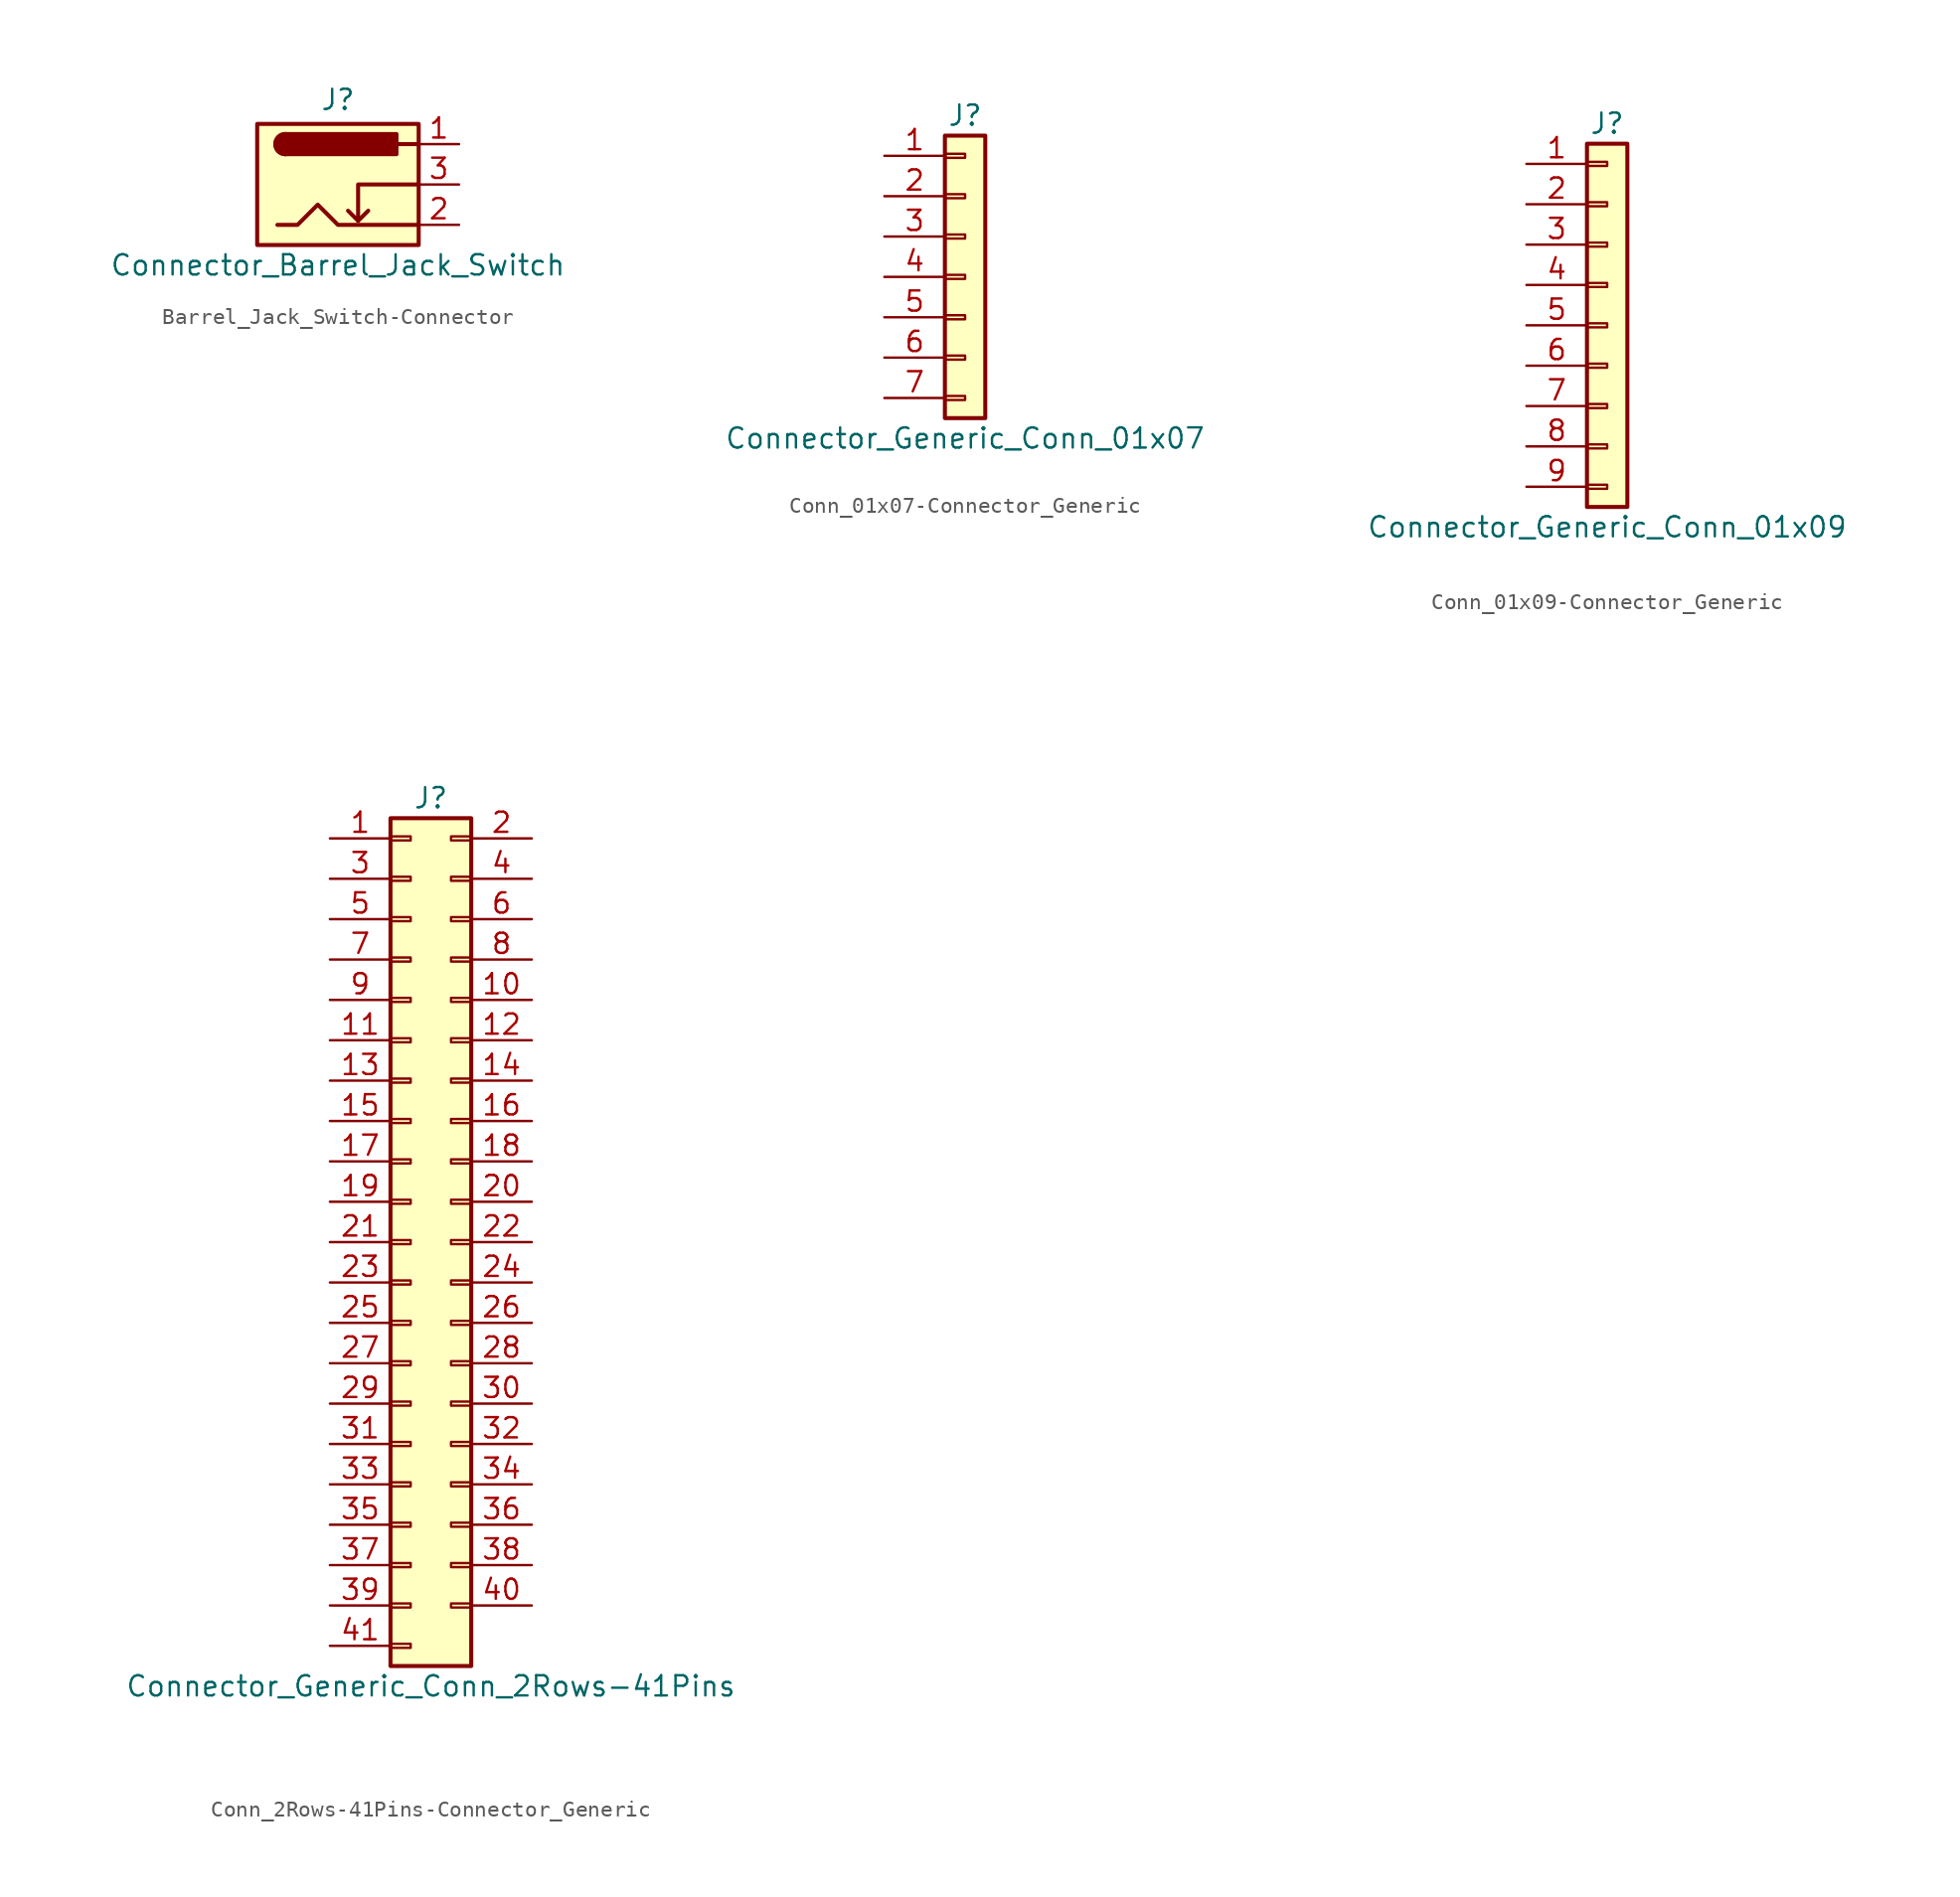
<source format=kicad_sym>
(kicad_symbol_lib
  (version 20220914)
  (generator kicad_symbol_editor)
  (symbol "Barrel_Jack_Switch-Connector"
    (pin_names hide)
    (property "Reference" "J"
      (at 0 5.334 0)
      (effects (font (size 1.27 1.27))))
    (property "Value" "Connector_Barrel_Jack_Switch"
      (at 0 -5.08 0)
      (effects (font (size 1.27 1.27))))
    (symbol "Barrel_Jack_Switch-Connector_0_1"
      (rectangle (start -5.08 3.81) (end 5.08 -3.81) (stroke (width 0.254) (type solid)) (fill (type background)))
      (arc (start -3.302 3.175) (mid -3.9343 2.54) (end -3.302 1.905) (stroke (width 0.254) (type solid)) (fill (type none)))
      (arc (start -3.302 3.175) (mid -3.9343 2.54) (end -3.302 1.905) (stroke (width 0.254) (type solid)) (fill (type outline)))
      (polyline (pts (xy 1.27 -2.286) (xy 1.905 -1.651)) (stroke (width 0.254) (type solid)) (fill (type none)))
      (polyline (pts (xy 5.08 2.54) (xy 3.81 2.54)) (stroke (width 0.254) (type solid)) (fill (type none)))
      (polyline (pts (xy 5.08 0) (xy 1.27 0) (xy 1.27 -2.286) (xy 0.635 -1.651)) (stroke (width 0.254) (type solid)) (fill (type none)))
      (polyline (pts (xy -3.81 -2.54) (xy -2.54 -2.54) (xy -1.27 -1.27) (xy 0 -2.54) (xy 2.54 -2.54) (xy 5.08 -2.54)) (stroke (width 0.254) (type solid)) (fill (type none)))
      (rectangle (start 3.683 3.175) (end -3.302 1.905) (stroke (width 0.254) (type solid)) (fill (type outline))))
    (symbol "Barrel_Jack_Switch-Connector_1_1"
      (pin passive line (at 7.62 2.54 180) (length 2.54) (name "~" (effects (font (size 1.27 1.27)))) (number "1" (effects (font (size 1.27 1.27)))))
      (pin passive line (at 7.62 -2.54 180) (length 2.54) (name "~" (effects (font (size 1.27 1.27)))) (number "2" (effects (font (size 1.27 1.27)))))
      (pin passive line (at 7.62 0 180) (length 2.54) (name "~" (effects (font (size 1.27 1.27)))) (number "3" (effects (font (size 1.27 1.27)))))))
  (symbol "Conn_01x07-Connector_Generic"
    (pin_names
      (offset 1.016) hide)
    (property "Reference" "J"
      (at 0 10.16 0)
      (effects (font (size 1.27 1.27))))
    (property "Value" "Connector_Generic_Conn_01x07"
      (at 0 -10.16 0)
      (effects (font (size 1.27 1.27))))
    (symbol "Conn_01x07-Connector_Generic_1_1"
      (rectangle (start -1.27 -7.493) (end 0 -7.747) (stroke (width 0.152) (type solid)) (fill (type none)))
      (rectangle (start -1.27 -4.953) (end 0 -5.207) (stroke (width 0.152) (type solid)) (fill (type none)))
      (rectangle (start -1.27 -2.413) (end 0 -2.667) (stroke (width 0.152) (type solid)) (fill (type none)))
      (rectangle (start -1.27 0.127) (end 0 -0.127) (stroke (width 0.152) (type solid)) (fill (type none)))
      (rectangle (start -1.27 2.667) (end 0 2.413) (stroke (width 0.152) (type solid)) (fill (type none)))
      (rectangle (start -1.27 5.207) (end 0 4.953) (stroke (width 0.152) (type solid)) (fill (type none)))
      (rectangle (start -1.27 7.747) (end 0 7.493) (stroke (width 0.152) (type solid)) (fill (type none)))
      (rectangle (start -1.27 8.89) (end 1.27 -8.89) (stroke (width 0.254) (type solid)) (fill (type background)))
      (pin passive line (at -5.08 7.62 0) (length 3.81) (name "Pin_1" (effects (font (size 1.27 1.27)))) (number "1" (effects (font (size 1.27 1.27)))))
      (pin passive line (at -5.08 5.08 0) (length 3.81) (name "Pin_2" (effects (font (size 1.27 1.27)))) (number "2" (effects (font (size 1.27 1.27)))))
      (pin passive line (at -5.08 2.54 0) (length 3.81) (name "Pin_3" (effects (font (size 1.27 1.27)))) (number "3" (effects (font (size 1.27 1.27)))))
      (pin passive line (at -5.08 0 0) (length 3.81) (name "Pin_4" (effects (font (size 1.27 1.27)))) (number "4" (effects (font (size 1.27 1.27)))))
      (pin passive line (at -5.08 -2.54 0) (length 3.81) (name "Pin_5" (effects (font (size 1.27 1.27)))) (number "5" (effects (font (size 1.27 1.27)))))
      (pin passive line (at -5.08 -5.08 0) (length 3.81) (name "Pin_6" (effects (font (size 1.27 1.27)))) (number "6" (effects (font (size 1.27 1.27)))))
      (pin passive line (at -5.08 -7.62 0) (length 3.81) (name "Pin_7" (effects (font (size 1.27 1.27)))) (number "7" (effects (font (size 1.27 1.27)))))))
  (symbol "Conn_01x09-Connector_Generic"
    (pin_names
      (offset 1.016) hide)
    (property "Reference" "J"
      (at 0 12.7 0)
      (effects (font (size 1.27 1.27))))
    (property "Value" "Connector_Generic_Conn_01x09"
      (at 0 -12.7 0)
      (effects (font (size 1.27 1.27))))
    (symbol "Conn_01x09-Connector_Generic_1_1"
      (rectangle (start -1.27 -10.033) (end 0 -10.287) (stroke (width 0.152) (type solid)) (fill (type none)))
      (rectangle (start -1.27 -7.493) (end 0 -7.747) (stroke (width 0.152) (type solid)) (fill (type none)))
      (rectangle (start -1.27 -4.953) (end 0 -5.207) (stroke (width 0.152) (type solid)) (fill (type none)))
      (rectangle (start -1.27 -2.413) (end 0 -2.667) (stroke (width 0.152) (type solid)) (fill (type none)))
      (rectangle (start -1.27 0.127) (end 0 -0.127) (stroke (width 0.152) (type solid)) (fill (type none)))
      (rectangle (start -1.27 2.667) (end 0 2.413) (stroke (width 0.152) (type solid)) (fill (type none)))
      (rectangle (start -1.27 5.207) (end 0 4.953) (stroke (width 0.152) (type solid)) (fill (type none)))
      (rectangle (start -1.27 7.747) (end 0 7.493) (stroke (width 0.152) (type solid)) (fill (type none)))
      (rectangle (start -1.27 10.287) (end 0 10.033) (stroke (width 0.152) (type solid)) (fill (type none)))
      (rectangle (start -1.27 11.43) (end 1.27 -11.43) (stroke (width 0.254) (type solid)) (fill (type background)))
      (pin passive line (at -5.08 10.16 0) (length 3.81) (name "Pin_1" (effects (font (size 1.27 1.27)))) (number "1" (effects (font (size 1.27 1.27)))))
      (pin passive line (at -5.08 7.62 0) (length 3.81) (name "Pin_2" (effects (font (size 1.27 1.27)))) (number "2" (effects (font (size 1.27 1.27)))))
      (pin passive line (at -5.08 5.08 0) (length 3.81) (name "Pin_3" (effects (font (size 1.27 1.27)))) (number "3" (effects (font (size 1.27 1.27)))))
      (pin passive line (at -5.08 2.54 0) (length 3.81) (name "Pin_4" (effects (font (size 1.27 1.27)))) (number "4" (effects (font (size 1.27 1.27)))))
      (pin passive line (at -5.08 0 0) (length 3.81) (name "Pin_5" (effects (font (size 1.27 1.27)))) (number "5" (effects (font (size 1.27 1.27)))))
      (pin passive line (at -5.08 -2.54 0) (length 3.81) (name "Pin_6" (effects (font (size 1.27 1.27)))) (number "6" (effects (font (size 1.27 1.27)))))
      (pin passive line (at -5.08 -5.08 0) (length 3.81) (name "Pin_7" (effects (font (size 1.27 1.27)))) (number "7" (effects (font (size 1.27 1.27)))))
      (pin passive line (at -5.08 -7.62 0) (length 3.81) (name "Pin_8" (effects (font (size 1.27 1.27)))) (number "8" (effects (font (size 1.27 1.27)))))
      (pin passive line (at -5.08 -10.16 0) (length 3.81) (name "Pin_9" (effects (font (size 1.27 1.27)))) (number "9" (effects (font (size 1.27 1.27)))))))
  (symbol "Conn_2Rows-41Pins-Connector_Generic"
    (pin_names
      (offset 1.016) hide)
    (property "Reference" "J"
      (at 1.27 27.94 0)
      (effects (font (size 1.27 1.27))))
    (property "Value" "Connector_Generic_Conn_2Rows-41Pins"
      (at 1.27 -27.94 0)
      (effects (font (size 1.27 1.27))))
    (symbol "Conn_2Rows-41Pins-Connector_Generic_1_1"
      (rectangle (start -1.27 -25.273) (end 0 -25.527) (stroke (width 0.152) (type solid)) (fill (type none)))
      (rectangle (start -1.27 -22.733) (end 0 -22.987) (stroke (width 0.152) (type solid)) (fill (type none)))
      (rectangle (start -1.27 -20.193) (end 0 -20.447) (stroke (width 0.152) (type solid)) (fill (type none)))
      (rectangle (start -1.27 -17.653) (end 0 -17.907) (stroke (width 0.152) (type solid)) (fill (type none)))
      (rectangle (start -1.27 -15.113) (end 0 -15.367) (stroke (width 0.152) (type solid)) (fill (type none)))
      (rectangle (start -1.27 -12.573) (end 0 -12.827) (stroke (width 0.152) (type solid)) (fill (type none)))
      (rectangle (start -1.27 -10.033) (end 0 -10.287) (stroke (width 0.152) (type solid)) (fill (type none)))
      (rectangle (start -1.27 -7.493) (end 0 -7.747) (stroke (width 0.152) (type solid)) (fill (type none)))
      (rectangle (start -1.27 -4.953) (end 0 -5.207) (stroke (width 0.152) (type solid)) (fill (type none)))
      (rectangle (start -1.27 -2.413) (end 0 -2.667) (stroke (width 0.152) (type solid)) (fill (type none)))
      (rectangle (start -1.27 0.127) (end 0 -0.127) (stroke (width 0.152) (type solid)) (fill (type none)))
      (rectangle (start -1.27 2.667) (end 0 2.413) (stroke (width 0.152) (type solid)) (fill (type none)))
      (rectangle (start -1.27 5.207) (end 0 4.953) (stroke (width 0.152) (type solid)) (fill (type none)))
      (rectangle (start -1.27 7.747) (end 0 7.493) (stroke (width 0.152) (type solid)) (fill (type none)))
      (rectangle (start -1.27 10.287) (end 0 10.033) (stroke (width 0.152) (type solid)) (fill (type none)))
      (rectangle (start -1.27 12.827) (end 0 12.573) (stroke (width 0.152) (type solid)) (fill (type none)))
      (rectangle (start -1.27 15.367) (end 0 15.113) (stroke (width 0.152) (type solid)) (fill (type none)))
      (rectangle (start -1.27 17.907) (end 0 17.653) (stroke (width 0.152) (type solid)) (fill (type none)))
      (rectangle (start -1.27 20.447) (end 0 20.193) (stroke (width 0.152) (type solid)) (fill (type none)))
      (rectangle (start -1.27 22.987) (end 0 22.733) (stroke (width 0.152) (type solid)) (fill (type none)))
      (rectangle (start -1.27 25.527) (end 0 25.273) (stroke (width 0.152) (type solid)) (fill (type none)))
      (rectangle (start -1.27 26.67) (end 3.81 -26.67) (stroke (width 0.254) (type solid)) (fill (type background)))
      (rectangle (start 3.81 -22.733) (end 2.54 -22.987) (stroke (width 0.152) (type solid)) (fill (type none)))
      (rectangle (start 3.81 -20.193) (end 2.54 -20.447) (stroke (width 0.152) (type solid)) (fill (type none)))
      (rectangle (start 3.81 -17.653) (end 2.54 -17.907) (stroke (width 0.152) (type solid)) (fill (type none)))
      (rectangle (start 3.81 -15.113) (end 2.54 -15.367) (stroke (width 0.152) (type solid)) (fill (type none)))
      (rectangle (start 3.81 -12.573) (end 2.54 -12.827) (stroke (width 0.152) (type solid)) (fill (type none)))
      (rectangle (start 3.81 -10.033) (end 2.54 -10.287) (stroke (width 0.152) (type solid)) (fill (type none)))
      (rectangle (start 3.81 -7.493) (end 2.54 -7.747) (stroke (width 0.152) (type solid)) (fill (type none)))
      (rectangle (start 3.81 -4.953) (end 2.54 -5.207) (stroke (width 0.152) (type solid)) (fill (type none)))
      (rectangle (start 3.81 -2.413) (end 2.54 -2.667) (stroke (width 0.152) (type solid)) (fill (type none)))
      (rectangle (start 3.81 0.127) (end 2.54 -0.127) (stroke (width 0.152) (type solid)) (fill (type none)))
      (rectangle (start 3.81 2.667) (end 2.54 2.413) (stroke (width 0.152) (type solid)) (fill (type none)))
      (rectangle (start 3.81 5.207) (end 2.54 4.953) (stroke (width 0.152) (type solid)) (fill (type none)))
      (rectangle (start 3.81 7.747) (end 2.54 7.493) (stroke (width 0.152) (type solid)) (fill (type none)))
      (rectangle (start 3.81 10.287) (end 2.54 10.033) (stroke (width 0.152) (type solid)) (fill (type none)))
      (rectangle (start 3.81 12.827) (end 2.54 12.573) (stroke (width 0.152) (type solid)) (fill (type none)))
      (rectangle (start 3.81 15.367) (end 2.54 15.113) (stroke (width 0.152) (type solid)) (fill (type none)))
      (rectangle (start 3.81 17.907) (end 2.54 17.653) (stroke (width 0.152) (type solid)) (fill (type none)))
      (rectangle (start 3.81 20.447) (end 2.54 20.193) (stroke (width 0.152) (type solid)) (fill (type none)))
      (rectangle (start 3.81 22.987) (end 2.54 22.733) (stroke (width 0.152) (type solid)) (fill (type none)))
      (rectangle (start 3.81 25.527) (end 2.54 25.273) (stroke (width 0.152) (type solid)) (fill (type none)))
      (pin passive line (at -5.08 25.4 0) (length 3.81) (name "Pin_1" (effects (font (size 1.27 1.27)))) (number "1" (effects (font (size 1.27 1.27)))))
      (pin passive line (at 7.62 15.24 180) (length 3.81) (name "Pin_10" (effects (font (size 1.27 1.27)))) (number "10" (effects (font (size 1.27 1.27)))))
      (pin passive line (at -5.08 12.7 0) (length 3.81) (name "Pin_11" (effects (font (size 1.27 1.27)))) (number "11" (effects (font (size 1.27 1.27)))))
      (pin passive line (at 7.62 12.7 180) (length 3.81) (name "Pin_12" (effects (font (size 1.27 1.27)))) (number "12" (effects (font (size 1.27 1.27)))))
      (pin passive line (at -5.08 10.16 0) (length 3.81) (name "Pin_13" (effects (font (size 1.27 1.27)))) (number "13" (effects (font (size 1.27 1.27)))))
      (pin passive line (at 7.62 10.16 180) (length 3.81) (name "Pin_14" (effects (font (size 1.27 1.27)))) (number "14" (effects (font (size 1.27 1.27)))))
      (pin passive line (at -5.08 7.62 0) (length 3.81) (name "Pin_15" (effects (font (size 1.27 1.27)))) (number "15" (effects (font (size 1.27 1.27)))))
      (pin passive line (at 7.62 7.62 180) (length 3.81) (name "Pin_16" (effects (font (size 1.27 1.27)))) (number "16" (effects (font (size 1.27 1.27)))))
      (pin passive line (at -5.08 5.08 0) (length 3.81) (name "Pin_17" (effects (font (size 1.27 1.27)))) (number "17" (effects (font (size 1.27 1.27)))))
      (pin passive line (at 7.62 5.08 180) (length 3.81) (name "Pin_18" (effects (font (size 1.27 1.27)))) (number "18" (effects (font (size 1.27 1.27)))))
      (pin passive line (at -5.08 2.54 0) (length 3.81) (name "Pin_19" (effects (font (size 1.27 1.27)))) (number "19" (effects (font (size 1.27 1.27)))))
      (pin passive line (at 7.62 25.4 180) (length 3.81) (name "Pin_2" (effects (font (size 1.27 1.27)))) (number "2" (effects (font (size 1.27 1.27)))))
      (pin passive line (at 7.62 2.54 180) (length 3.81) (name "Pin_20" (effects (font (size 1.27 1.27)))) (number "20" (effects (font (size 1.27 1.27)))))
      (pin passive line (at -5.08 0 0) (length 3.81) (name "Pin_21" (effects (font (size 1.27 1.27)))) (number "21" (effects (font (size 1.27 1.27)))))
      (pin passive line (at 7.62 0 180) (length 3.81) (name "Pin_22" (effects (font (size 1.27 1.27)))) (number "22" (effects (font (size 1.27 1.27)))))
      (pin passive line (at -5.08 -2.54 0) (length 3.81) (name "Pin_23" (effects (font (size 1.27 1.27)))) (number "23" (effects (font (size 1.27 1.27)))))
      (pin passive line (at 7.62 -2.54 180) (length 3.81) (name "Pin_24" (effects (font (size 1.27 1.27)))) (number "24" (effects (font (size 1.27 1.27)))))
      (pin passive line (at -5.08 -5.08 0) (length 3.81) (name "Pin_25" (effects (font (size 1.27 1.27)))) (number "25" (effects (font (size 1.27 1.27)))))
      (pin passive line (at 7.62 -5.08 180) (length 3.81) (name "Pin_26" (effects (font (size 1.27 1.27)))) (number "26" (effects (font (size 1.27 1.27)))))
      (pin passive line (at -5.08 -7.62 0) (length 3.81) (name "Pin_27" (effects (font (size 1.27 1.27)))) (number "27" (effects (font (size 1.27 1.27)))))
      (pin passive line (at 7.62 -7.62 180) (length 3.81) (name "Pin_28" (effects (font (size 1.27 1.27)))) (number "28" (effects (font (size 1.27 1.27)))))
      (pin passive line (at -5.08 -10.16 0) (length 3.81) (name "Pin_29" (effects (font (size 1.27 1.27)))) (number "29" (effects (font (size 1.27 1.27)))))
      (pin passive line (at -5.08 22.86 0) (length 3.81) (name "Pin_3" (effects (font (size 1.27 1.27)))) (number "3" (effects (font (size 1.27 1.27)))))
      (pin passive line (at 7.62 -10.16 180) (length 3.81) (name "Pin_30" (effects (font (size 1.27 1.27)))) (number "30" (effects (font (size 1.27 1.27)))))
      (pin passive line (at -5.08 -12.7 0) (length 3.81) (name "Pin_31" (effects (font (size 1.27 1.27)))) (number "31" (effects (font (size 1.27 1.27)))))
      (pin passive line (at 7.62 -12.7 180) (length 3.81) (name "Pin_32" (effects (font (size 1.27 1.27)))) (number "32" (effects (font (size 1.27 1.27)))))
      (pin passive line (at -5.08 -15.24 0) (length 3.81) (name "Pin_33" (effects (font (size 1.27 1.27)))) (number "33" (effects (font (size 1.27 1.27)))))
      (pin passive line (at 7.62 -15.24 180) (length 3.81) (name "Pin_34" (effects (font (size 1.27 1.27)))) (number "34" (effects (font (size 1.27 1.27)))))
      (pin passive line (at -5.08 -17.78 0) (length 3.81) (name "Pin_35" (effects (font (size 1.27 1.27)))) (number "35" (effects (font (size 1.27 1.27)))))
      (pin passive line (at 7.62 -17.78 180) (length 3.81) (name "Pin_36" (effects (font (size 1.27 1.27)))) (number "36" (effects (font (size 1.27 1.27)))))
      (pin passive line (at -5.08 -20.32 0) (length 3.81) (name "Pin_37" (effects (font (size 1.27 1.27)))) (number "37" (effects (font (size 1.27 1.27)))))
      (pin passive line (at 7.62 -20.32 180) (length 3.81) (name "Pin_38" (effects (font (size 1.27 1.27)))) (number "38" (effects (font (size 1.27 1.27)))))
      (pin passive line (at -5.08 -22.86 0) (length 3.81) (name "Pin_39" (effects (font (size 1.27 1.27)))) (number "39" (effects (font (size 1.27 1.27)))))
      (pin passive line (at 7.62 22.86 180) (length 3.81) (name "Pin_4" (effects (font (size 1.27 1.27)))) (number "4" (effects (font (size 1.27 1.27)))))
      (pin passive line (at 7.62 -22.86 180) (length 3.81) (name "Pin_40" (effects (font (size 1.27 1.27)))) (number "40" (effects (font (size 1.27 1.27)))))
      (pin passive line (at -5.08 -25.4 0) (length 3.81) (name "Pin_41" (effects (font (size 1.27 1.27)))) (number "41" (effects (font (size 1.27 1.27)))))
      (pin passive line (at -5.08 20.32 0) (length 3.81) (name "Pin_5" (effects (font (size 1.27 1.27)))) (number "5" (effects (font (size 1.27 1.27)))))
      (pin passive line (at 7.62 20.32 180) (length 3.81) (name "Pin_6" (effects (font (size 1.27 1.27)))) (number "6" (effects (font (size 1.27 1.27)))))
      (pin passive line (at -5.08 17.78 0) (length 3.81) (name "Pin_7" (effects (font (size 1.27 1.27)))) (number "7" (effects (font (size 1.27 1.27)))))
      (pin passive line (at 7.62 17.78 180) (length 3.81) (name "Pin_8" (effects (font (size 1.27 1.27)))) (number "8" (effects (font (size 1.27 1.27)))))
      (pin passive line (at -5.08 15.24 0) (length 3.81) (name "Pin_9" (effects (font (size 1.27 1.27)))) (number "9" (effects (font (size 1.27 1.27))))))))
</source>
